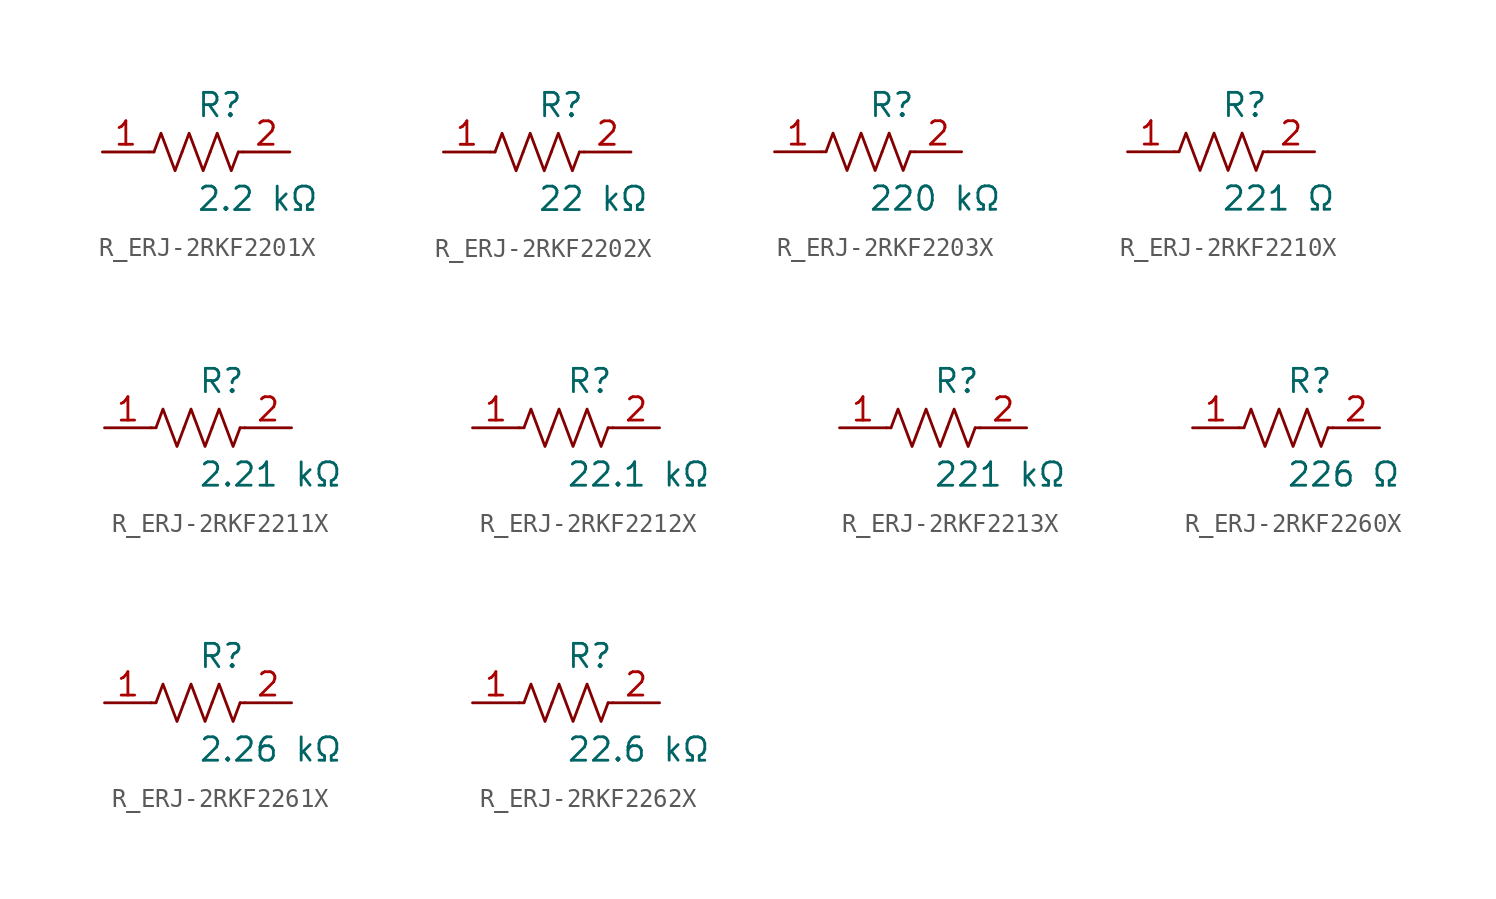
<source format=kicad_sym>
(kicad_symbol_lib
  (version 20231120)
  (generator kicad_symbol_editor)
  (generator_version 8.0)
  (symbol "R_ERJ-2RKF2201X"
    (pin_names
      (offset 0.254))
    (property "Reference" "R"
      (at 0 2.54 0)
      (effects (font (size 1.27 1.27)) (justify left)))
    (property "Value" "2.2 kΩ"
      (at 0 -2.54 0)
      (effects (font (size 1.27 1.27)) (justify left)))
    (symbol "R_ERJ-2RKF2201X_0_1"
      (polyline (pts (xy 2.286 0) (xy 2.54 0)) (stroke (width 0) (type default)) (fill (type none)))
      (polyline (pts (xy -2.286 0) (xy -2.54 0)) (stroke (width 0) (type default)) (fill (type none)))
      (polyline (pts (xy 0.762 0) (xy 1.143 1.016) (xy 1.524 0) (xy 1.905 -1.016) (xy 2.286 0)) (stroke (width 0) (type default)) (fill (type none)))
      (polyline (pts (xy -0.762 0) (xy -0.381 1.016) (xy 0 0) (xy 0.381 -1.016) (xy 0.762 0)) (stroke (width 0) (type default)) (fill (type none)))
      (polyline (pts (xy -2.286 0) (xy -1.905 1.016) (xy -1.524 0) (xy -1.143 -1.016) (xy -0.762 0)) (stroke (width 0) (type default)) (fill (type none))))
    (pin passive line
      (at -5.08 0 0)
      (length 2.54)
      (name "" (effects (font (size 1.27 1.27))))
      (number "1" (effects (font (size 1.27 1.27)))))
    (pin passive line
      (at 5.08 0 180)
      (length 2.54)
      (name "" (effects (font (size 1.27 1.27))))
      (number "2" (effects (font (size 1.27 1.27))))))
  (symbol "R_ERJ-2RKF2202X"
    (pin_names
      (offset 0.254))
    (property "Reference" "R"
      (at 0 2.54 0)
      (effects (font (size 1.27 1.27)) (justify left)))
    (property "Value" "22 kΩ"
      (at 0 -2.54 0)
      (effects (font (size 1.27 1.27)) (justify left)))
    (symbol "R_ERJ-2RKF2202X_0_1"
      (polyline (pts (xy 2.286 0) (xy 2.54 0)) (stroke (width 0) (type default)) (fill (type none)))
      (polyline (pts (xy -2.286 0) (xy -2.54 0)) (stroke (width 0) (type default)) (fill (type none)))
      (polyline (pts (xy 0.762 0) (xy 1.143 1.016) (xy 1.524 0) (xy 1.905 -1.016) (xy 2.286 0)) (stroke (width 0) (type default)) (fill (type none)))
      (polyline (pts (xy -0.762 0) (xy -0.381 1.016) (xy 0 0) (xy 0.381 -1.016) (xy 0.762 0)) (stroke (width 0) (type default)) (fill (type none)))
      (polyline (pts (xy -2.286 0) (xy -1.905 1.016) (xy -1.524 0) (xy -1.143 -1.016) (xy -0.762 0)) (stroke (width 0) (type default)) (fill (type none))))
    (pin passive line
      (at -5.08 0 0)
      (length 2.54)
      (name "" (effects (font (size 1.27 1.27))))
      (number "1" (effects (font (size 1.27 1.27)))))
    (pin passive line
      (at 5.08 0 180)
      (length 2.54)
      (name "" (effects (font (size 1.27 1.27))))
      (number "2" (effects (font (size 1.27 1.27))))))
  (symbol "R_ERJ-2RKF2203X"
    (pin_names
      (offset 0.254))
    (property "Reference" "R"
      (at 0 2.54 0)
      (effects (font (size 1.27 1.27)) (justify left)))
    (property "Value" "220 kΩ"
      (at 0 -2.54 0)
      (effects (font (size 1.27 1.27)) (justify left)))
    (symbol "R_ERJ-2RKF2203X_0_1"
      (polyline (pts (xy 2.286 0) (xy 2.54 0)) (stroke (width 0) (type default)) (fill (type none)))
      (polyline (pts (xy -2.286 0) (xy -2.54 0)) (stroke (width 0) (type default)) (fill (type none)))
      (polyline (pts (xy 0.762 0) (xy 1.143 1.016) (xy 1.524 0) (xy 1.905 -1.016) (xy 2.286 0)) (stroke (width 0) (type default)) (fill (type none)))
      (polyline (pts (xy -0.762 0) (xy -0.381 1.016) (xy 0 0) (xy 0.381 -1.016) (xy 0.762 0)) (stroke (width 0) (type default)) (fill (type none)))
      (polyline (pts (xy -2.286 0) (xy -1.905 1.016) (xy -1.524 0) (xy -1.143 -1.016) (xy -0.762 0)) (stroke (width 0) (type default)) (fill (type none))))
    (pin passive line
      (at -5.08 0 0)
      (length 2.54)
      (name "" (effects (font (size 1.27 1.27))))
      (number "1" (effects (font (size 1.27 1.27)))))
    (pin passive line
      (at 5.08 0 180)
      (length 2.54)
      (name "" (effects (font (size 1.27 1.27))))
      (number "2" (effects (font (size 1.27 1.27))))))
  (symbol "R_ERJ-2RKF2210X"
    (pin_names
      (offset 0.254))
    (property "Reference" "R"
      (at 0 2.54 0)
      (effects (font (size 1.27 1.27)) (justify left)))
    (property "Value" "221 Ω"
      (at 0 -2.54 0)
      (effects (font (size 1.27 1.27)) (justify left)))
    (symbol "R_ERJ-2RKF2210X_0_1"
      (polyline (pts (xy 2.286 0) (xy 2.54 0)) (stroke (width 0) (type default)) (fill (type none)))
      (polyline (pts (xy -2.286 0) (xy -2.54 0)) (stroke (width 0) (type default)) (fill (type none)))
      (polyline (pts (xy 0.762 0) (xy 1.143 1.016) (xy 1.524 0) (xy 1.905 -1.016) (xy 2.286 0)) (stroke (width 0) (type default)) (fill (type none)))
      (polyline (pts (xy -0.762 0) (xy -0.381 1.016) (xy 0 0) (xy 0.381 -1.016) (xy 0.762 0)) (stroke (width 0) (type default)) (fill (type none)))
      (polyline (pts (xy -2.286 0) (xy -1.905 1.016) (xy -1.524 0) (xy -1.143 -1.016) (xy -0.762 0)) (stroke (width 0) (type default)) (fill (type none))))
    (pin passive line
      (at -5.08 0 0)
      (length 2.54)
      (name "" (effects (font (size 1.27 1.27))))
      (number "1" (effects (font (size 1.27 1.27)))))
    (pin passive line
      (at 5.08 0 180)
      (length 2.54)
      (name "" (effects (font (size 1.27 1.27))))
      (number "2" (effects (font (size 1.27 1.27))))))
  (symbol "R_ERJ-2RKF2211X"
    (pin_names
      (offset 0.254))
    (property "Reference" "R"
      (at 0 2.54 0)
      (effects (font (size 1.27 1.27)) (justify left)))
    (property "Value" "2.21 kΩ"
      (at 0 -2.54 0)
      (effects (font (size 1.27 1.27)) (justify left)))
    (symbol "R_ERJ-2RKF2211X_0_1"
      (polyline (pts (xy 2.286 0) (xy 2.54 0)) (stroke (width 0) (type default)) (fill (type none)))
      (polyline (pts (xy -2.286 0) (xy -2.54 0)) (stroke (width 0) (type default)) (fill (type none)))
      (polyline (pts (xy 0.762 0) (xy 1.143 1.016) (xy 1.524 0) (xy 1.905 -1.016) (xy 2.286 0)) (stroke (width 0) (type default)) (fill (type none)))
      (polyline (pts (xy -0.762 0) (xy -0.381 1.016) (xy 0 0) (xy 0.381 -1.016) (xy 0.762 0)) (stroke (width 0) (type default)) (fill (type none)))
      (polyline (pts (xy -2.286 0) (xy -1.905 1.016) (xy -1.524 0) (xy -1.143 -1.016) (xy -0.762 0)) (stroke (width 0) (type default)) (fill (type none))))
    (pin passive line
      (at -5.08 0 0)
      (length 2.54)
      (name "" (effects (font (size 1.27 1.27))))
      (number "1" (effects (font (size 1.27 1.27)))))
    (pin passive line
      (at 5.08 0 180)
      (length 2.54)
      (name "" (effects (font (size 1.27 1.27))))
      (number "2" (effects (font (size 1.27 1.27))))))
  (symbol "R_ERJ-2RKF2212X"
    (pin_names
      (offset 0.254))
    (property "Reference" "R"
      (at 0 2.54 0)
      (effects (font (size 1.27 1.27)) (justify left)))
    (property "Value" "22.1 kΩ"
      (at 0 -2.54 0)
      (effects (font (size 1.27 1.27)) (justify left)))
    (symbol "R_ERJ-2RKF2212X_0_1"
      (polyline (pts (xy 2.286 0) (xy 2.54 0)) (stroke (width 0) (type default)) (fill (type none)))
      (polyline (pts (xy -2.286 0) (xy -2.54 0)) (stroke (width 0) (type default)) (fill (type none)))
      (polyline (pts (xy 0.762 0) (xy 1.143 1.016) (xy 1.524 0) (xy 1.905 -1.016) (xy 2.286 0)) (stroke (width 0) (type default)) (fill (type none)))
      (polyline (pts (xy -0.762 0) (xy -0.381 1.016) (xy 0 0) (xy 0.381 -1.016) (xy 0.762 0)) (stroke (width 0) (type default)) (fill (type none)))
      (polyline (pts (xy -2.286 0) (xy -1.905 1.016) (xy -1.524 0) (xy -1.143 -1.016) (xy -0.762 0)) (stroke (width 0) (type default)) (fill (type none))))
    (pin passive line
      (at -5.08 0 0)
      (length 2.54)
      (name "" (effects (font (size 1.27 1.27))))
      (number "1" (effects (font (size 1.27 1.27)))))
    (pin passive line
      (at 5.08 0 180)
      (length 2.54)
      (name "" (effects (font (size 1.27 1.27))))
      (number "2" (effects (font (size 1.27 1.27))))))
  (symbol "R_ERJ-2RKF2213X"
    (pin_names
      (offset 0.254))
    (property "Reference" "R"
      (at 0 2.54 0)
      (effects (font (size 1.27 1.27)) (justify left)))
    (property "Value" "221 kΩ"
      (at 0 -2.54 0)
      (effects (font (size 1.27 1.27)) (justify left)))
    (symbol "R_ERJ-2RKF2213X_0_1"
      (polyline (pts (xy 2.286 0) (xy 2.54 0)) (stroke (width 0) (type default)) (fill (type none)))
      (polyline (pts (xy -2.286 0) (xy -2.54 0)) (stroke (width 0) (type default)) (fill (type none)))
      (polyline (pts (xy 0.762 0) (xy 1.143 1.016) (xy 1.524 0) (xy 1.905 -1.016) (xy 2.286 0)) (stroke (width 0) (type default)) (fill (type none)))
      (polyline (pts (xy -0.762 0) (xy -0.381 1.016) (xy 0 0) (xy 0.381 -1.016) (xy 0.762 0)) (stroke (width 0) (type default)) (fill (type none)))
      (polyline (pts (xy -2.286 0) (xy -1.905 1.016) (xy -1.524 0) (xy -1.143 -1.016) (xy -0.762 0)) (stroke (width 0) (type default)) (fill (type none))))
    (pin passive line
      (at -5.08 0 0)
      (length 2.54)
      (name "" (effects (font (size 1.27 1.27))))
      (number "1" (effects (font (size 1.27 1.27)))))
    (pin passive line
      (at 5.08 0 180)
      (length 2.54)
      (name "" (effects (font (size 1.27 1.27))))
      (number "2" (effects (font (size 1.27 1.27))))))
  (symbol "R_ERJ-2RKF2260X"
    (pin_names
      (offset 0.254))
    (property "Reference" "R"
      (at 0 2.54 0)
      (effects (font (size 1.27 1.27)) (justify left)))
    (property "Value" "226 Ω"
      (at 0 -2.54 0)
      (effects (font (size 1.27 1.27)) (justify left)))
    (symbol "R_ERJ-2RKF2260X_0_1"
      (polyline (pts (xy 2.286 0) (xy 2.54 0)) (stroke (width 0) (type default)) (fill (type none)))
      (polyline (pts (xy -2.286 0) (xy -2.54 0)) (stroke (width 0) (type default)) (fill (type none)))
      (polyline (pts (xy 0.762 0) (xy 1.143 1.016) (xy 1.524 0) (xy 1.905 -1.016) (xy 2.286 0)) (stroke (width 0) (type default)) (fill (type none)))
      (polyline (pts (xy -0.762 0) (xy -0.381 1.016) (xy 0 0) (xy 0.381 -1.016) (xy 0.762 0)) (stroke (width 0) (type default)) (fill (type none)))
      (polyline (pts (xy -2.286 0) (xy -1.905 1.016) (xy -1.524 0) (xy -1.143 -1.016) (xy -0.762 0)) (stroke (width 0) (type default)) (fill (type none))))
    (pin passive line
      (at -5.08 0 0)
      (length 2.54)
      (name "" (effects (font (size 1.27 1.27))))
      (number "1" (effects (font (size 1.27 1.27)))))
    (pin passive line
      (at 5.08 0 180)
      (length 2.54)
      (name "" (effects (font (size 1.27 1.27))))
      (number "2" (effects (font (size 1.27 1.27))))))
  (symbol "R_ERJ-2RKF2261X"
    (pin_names
      (offset 0.254))
    (property "Reference" "R"
      (at 0 2.54 0)
      (effects (font (size 1.27 1.27)) (justify left)))
    (property "Value" "2.26 kΩ"
      (at 0 -2.54 0)
      (effects (font (size 1.27 1.27)) (justify left)))
    (symbol "R_ERJ-2RKF2261X_0_1"
      (polyline (pts (xy 2.286 0) (xy 2.54 0)) (stroke (width 0) (type default)) (fill (type none)))
      (polyline (pts (xy -2.286 0) (xy -2.54 0)) (stroke (width 0) (type default)) (fill (type none)))
      (polyline (pts (xy 0.762 0) (xy 1.143 1.016) (xy 1.524 0) (xy 1.905 -1.016) (xy 2.286 0)) (stroke (width 0) (type default)) (fill (type none)))
      (polyline (pts (xy -0.762 0) (xy -0.381 1.016) (xy 0 0) (xy 0.381 -1.016) (xy 0.762 0)) (stroke (width 0) (type default)) (fill (type none)))
      (polyline (pts (xy -2.286 0) (xy -1.905 1.016) (xy -1.524 0) (xy -1.143 -1.016) (xy -0.762 0)) (stroke (width 0) (type default)) (fill (type none))))
    (pin passive line
      (at -5.08 0 0)
      (length 2.54)
      (name "" (effects (font (size 1.27 1.27))))
      (number "1" (effects (font (size 1.27 1.27)))))
    (pin passive line
      (at 5.08 0 180)
      (length 2.54)
      (name "" (effects (font (size 1.27 1.27))))
      (number "2" (effects (font (size 1.27 1.27))))))
  (symbol "R_ERJ-2RKF2262X"
    (pin_names
      (offset 0.254))
    (property "Reference" "R"
      (at 0 2.54 0)
      (effects (font (size 1.27 1.27)) (justify left)))
    (property "Value" "22.6 kΩ"
      (at 0 -2.54 0)
      (effects (font (size 1.27 1.27)) (justify left)))
    (symbol "R_ERJ-2RKF2262X_0_1"
      (polyline (pts (xy 2.286 0) (xy 2.54 0)) (stroke (width 0) (type default)) (fill (type none)))
      (polyline (pts (xy -2.286 0) (xy -2.54 0)) (stroke (width 0) (type default)) (fill (type none)))
      (polyline (pts (xy 0.762 0) (xy 1.143 1.016) (xy 1.524 0) (xy 1.905 -1.016) (xy 2.286 0)) (stroke (width 0) (type default)) (fill (type none)))
      (polyline (pts (xy -0.762 0) (xy -0.381 1.016) (xy 0 0) (xy 0.381 -1.016) (xy 0.762 0)) (stroke (width 0) (type default)) (fill (type none)))
      (polyline (pts (xy -2.286 0) (xy -1.905 1.016) (xy -1.524 0) (xy -1.143 -1.016) (xy -0.762 0)) (stroke (width 0) (type default)) (fill (type none))))
    (pin passive line
      (at -5.08 0 0)
      (length 2.54)
      (name "" (effects (font (size 1.27 1.27))))
      (number "1" (effects (font (size 1.27 1.27)))))
    (pin passive line
      (at 5.08 0 180)
      (length 2.54)
      (name "" (effects (font (size 1.27 1.27))))
      (number "2" (effects (font (size 1.27 1.27)))))))
</source>
